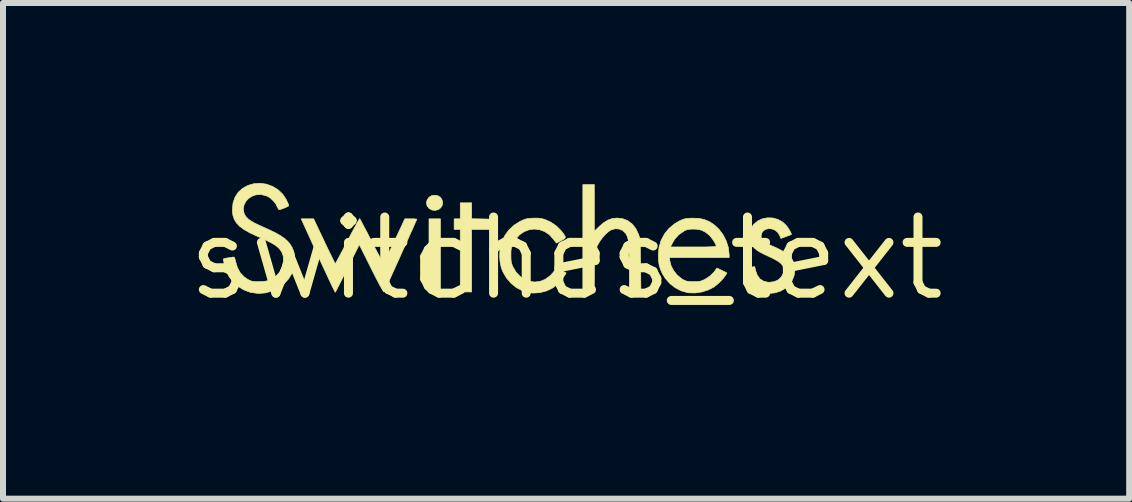
<source format=kicad_pcb>
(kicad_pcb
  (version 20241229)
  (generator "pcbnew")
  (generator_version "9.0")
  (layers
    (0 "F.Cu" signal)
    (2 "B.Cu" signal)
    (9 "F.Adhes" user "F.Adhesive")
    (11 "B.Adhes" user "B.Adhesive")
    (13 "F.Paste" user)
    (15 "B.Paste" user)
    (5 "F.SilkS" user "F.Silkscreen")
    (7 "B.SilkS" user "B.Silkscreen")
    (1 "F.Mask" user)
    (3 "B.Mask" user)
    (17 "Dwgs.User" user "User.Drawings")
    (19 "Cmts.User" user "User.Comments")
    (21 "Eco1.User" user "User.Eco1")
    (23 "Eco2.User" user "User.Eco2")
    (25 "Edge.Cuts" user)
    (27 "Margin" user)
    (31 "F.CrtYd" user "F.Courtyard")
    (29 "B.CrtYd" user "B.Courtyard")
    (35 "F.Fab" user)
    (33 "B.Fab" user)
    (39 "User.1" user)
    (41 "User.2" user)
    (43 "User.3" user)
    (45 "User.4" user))
  (footprint "switches_text"
    (layer "F.Cu")
    (at 6.388 1.258)
    (property "Reference" "switches_text" (at 0 0 0) (layer "F.SilkS") (effects (font (size 1.27 1.27) (thickness 0.15))))
    (attr through_hole)
    (fp_poly (pts (xy -2.095 0.559) (xy -2.286 0.559) (xy -2.286 -0.66) (xy -2.095 -0.66) (xy -2.095 0.559)) (stroke (width 0.01) (type solid)) (fill yes) (layer "F.SilkS"))
    (fp_poly (pts (xy -1.575 -0.661) (xy -1.398 -0.658) (xy -1.222 -0.654) (xy -1.254 -0.568) (xy -1.286 -0.483) (xy -1.575 -0.483) (xy -1.575 0.559) (xy -1.765 0.559) (xy -1.765 -0.483) (xy -1.867 -0.483) (xy -1.867 -0.66) (xy -1.765 -0.66) (xy -1.765 -0.927) (xy -1.575 -0.927) (xy -1.575 -0.661)) (stroke (width 0.01) (type solid)) (fill yes) (layer "F.SilkS"))
    (fp_poly (pts (xy -2.135 -1.044) (xy -2.095 -1.017) (xy -2.069 -0.978) (xy -2.058 -0.932) (xy -2.065 -0.886) (xy -2.09 -0.844) (xy -2.13 -0.814) (xy -2.183 -0.8) (xy -2.238 -0.807) (xy -2.284 -0.832) (xy -2.318 -0.875) (xy -2.329 -0.925) (xy -2.318 -0.973) (xy -2.286 -1.02) (xy -2.24 -1.047) (xy -2.189 -1.054) (xy -2.135 -1.044)) (stroke (width 0.01) (type solid)) (fill yes) (layer "F.SilkS"))
    (fp_poly (pts (xy 0.47 -0.453) (xy 0.552 -0.532) (xy 0.628 -0.597) (xy 0.701 -0.641) (xy 0.775 -0.666) (xy 0.852 -0.673) (xy 0.947 -0.661) (xy 1.031 -0.627) (xy 1.104 -0.571) (xy 1.164 -0.494) (xy 1.208 -0.4) (xy 1.216 -0.378) (xy 1.222 -0.357) (xy 1.227 -0.332) (xy 1.231 -0.301) (xy 1.234 -0.262) (xy 1.236 -0.21) (xy 1.238 -0.144) (xy 1.239 -0.06) (xy 1.241 0.045) (xy 1.242 0.117) (xy 1.247 0.559) (xy 1.054 0.559) (xy 1.054 0.161) (xy 1.054 0.033) (xy 1.052 -0.074) (xy 1.05 -0.16) (xy 1.046 -0.23) (xy 1.039 -0.285) (xy 1.031 -0.329) (xy 1.02 -0.364) (xy 1.006 -0.394) (xy 0.99 -0.42) (xy 0.989 -0.421) (xy 0.943 -0.466) (xy 0.884 -0.49) (xy 0.818 -0.494) (xy 0.754 -0.477) (xy 0.708 -0.448) (xy 0.656 -0.402) (xy 0.604 -0.343) (xy 0.557 -0.277) (xy 0.523 -0.217) (xy 0.476 -0.121) (xy 0.472 0.219) (xy 0.468 0.559) (xy 0.279 0.559) (xy 0.279 -1.232) (xy 0.47 -1.232) (xy 0.47 -0.453)) (stroke (width 0.01) (type solid)) (fill yes) (layer "F.SilkS"))
    (fp_poly (pts (xy -0.437 -0.669) (xy -0.391 -0.66) (xy -0.351 -0.648) (xy -0.253 -0.604) (xy -0.16 -0.539) (xy -0.08 -0.459) (xy -0.057 -0.429) (xy -0.028 -0.389) (xy -0.014 -0.361) (xy -0.015 -0.341) (xy -0.034 -0.323) (xy -0.073 -0.301) (xy -0.103 -0.285) (xy -0.162 -0.255) (xy -0.212 -0.321) (xy -0.281 -0.396) (xy -0.359 -0.448) (xy -0.443 -0.479) (xy -0.53 -0.489) (xy -0.616 -0.478) (xy -0.698 -0.447) (xy -0.774 -0.396) (xy -0.839 -0.324) (xy -0.887 -0.244) (xy -0.903 -0.204) (xy -0.914 -0.168) (xy -0.919 -0.126) (xy -0.92 -0.07) (xy -0.92 -0.051) (xy -0.919 0.011) (xy -0.915 0.056) (xy -0.907 0.092) (xy -0.893 0.128) (xy -0.887 0.14) (xy -0.833 0.23) (xy -0.766 0.3) (xy -0.69 0.352) (xy -0.607 0.383) (xy -0.521 0.394) (xy -0.435 0.383) (xy -0.351 0.35) (xy -0.273 0.294) (xy -0.254 0.276) (xy -0.222 0.241) (xy -0.196 0.209) (xy -0.184 0.188) (xy -0.183 0.188) (xy -0.176 0.173) (xy -0.165 0.167) (xy -0.143 0.172) (xy -0.108 0.188) (xy -0.075 0.204) (xy 0.001 0.242) (xy -0.022 0.281) (xy -0.059 0.333) (xy -0.109 0.39) (xy -0.163 0.444) (xy -0.215 0.486) (xy -0.225 0.493) (xy -0.326 0.542) (xy -0.438 0.571) (xy -0.553 0.578) (xy -0.622 0.57) (xy -0.73 0.539) (xy -0.831 0.486) (xy -0.92 0.413) (xy -0.996 0.324) (xy -1.055 0.222) (xy -1.081 0.154) (xy -1.101 0.061) (xy -1.108 -0.042) (xy -1.103 -0.145) (xy -1.085 -0.239) (xy -1.08 -0.254) (xy -1.029 -0.37) (xy -0.957 -0.471) (xy -0.867 -0.555) (xy -0.764 -0.619) (xy -0.714 -0.642) (xy -0.673 -0.657) (xy -0.631 -0.665) (xy -0.577 -0.67) (xy -0.552 -0.671) (xy -0.487 -0.672) (xy -0.437 -0.669)) (stroke (width 0.01) (type solid)) (fill yes) (layer "F.SilkS"))
    (fp_poly (pts (xy -3.433 -0.65) (xy -3.415 -0.617) (xy -3.389 -0.567) (xy -3.355 -0.503) (xy -3.315 -0.427) (xy -3.271 -0.342) (xy -3.246 -0.292) (xy -3.2 -0.204) (xy -3.158 -0.122) (xy -3.12 -0.051) (xy -3.089 0.007) (xy -3.066 0.05) (xy -3.052 0.075) (xy -3.049 0.08) (xy -3.042 0.071) (xy -3.025 0.042) (xy -3 -0.005) (xy -2.969 -0.067) (xy -2.932 -0.142) (xy -2.892 -0.227) (xy -2.864 -0.285) (xy -2.689 -0.66) (xy -2.589 -0.66) (xy -2.542 -0.66) (xy -2.507 -0.657) (xy -2.49 -0.654) (xy -2.489 -0.653) (xy -2.494 -0.641) (xy -2.509 -0.608) (xy -2.531 -0.557) (xy -2.56 -0.491) (xy -2.596 -0.413) (xy -2.635 -0.324) (xy -2.678 -0.228) (xy -2.724 -0.128) (xy -2.77 -0.025) (xy -2.816 0.077) (xy -2.861 0.176) (xy -2.903 0.269) (xy -2.941 0.354) (xy -2.975 0.427) (xy -3.002 0.487) (xy -3.022 0.53) (xy -3.033 0.554) (xy -3.035 0.558) (xy -3.043 0.554) (xy -3.059 0.53) (xy -3.085 0.486) (xy -3.121 0.42) (xy -3.166 0.333) (xy -3.222 0.224) (xy -3.247 0.174) (xy -3.448 -0.229) (xy -3.645 0.166) (xy -3.691 0.258) (xy -3.734 0.344) (xy -3.772 0.418) (xy -3.804 0.481) (xy -3.828 0.528) (xy -3.844 0.557) (xy -3.849 0.565) (xy -3.855 0.555) (xy -3.871 0.524) (xy -3.896 0.473) (xy -3.928 0.406) (xy -3.966 0.325) (xy -4.01 0.23) (xy -4.059 0.125) (xy -4.111 0.012) (xy -4.137 -0.045) (xy -4.417 -0.66) (xy -4.209 -0.66) (xy -4.032 -0.286) (xy -3.989 -0.196) (xy -3.949 -0.113) (xy -3.914 -0.042) (xy -3.886 0.017) (xy -3.864 0.06) (xy -3.851 0.084) (xy -3.848 0.088) (xy -3.841 0.078) (xy -3.824 0.047) (xy -3.798 -0.002) (xy -3.764 -0.065) (xy -3.724 -0.14) (xy -3.68 -0.225) (xy -3.645 -0.292) (xy -3.598 -0.382) (xy -3.555 -0.463) (xy -3.517 -0.534) (xy -3.485 -0.592) (xy -3.46 -0.635) (xy -3.445 -0.659) (xy -3.44 -0.663) (xy -3.433 -0.65)) (stroke (width 0.01) (type solid)) (fill yes) (layer "F.SilkS"))
    (fp_poly (pts (xy 3.445 -0.674) (xy 3.529 -0.651) (xy 3.606 -0.609) (xy 3.658 -0.563) (xy 3.684 -0.532) (xy 3.71 -0.494) (xy 3.733 -0.455) (xy 3.75 -0.423) (xy 3.756 -0.402) (xy 3.755 -0.398) (xy 3.743 -0.393) (xy 3.713 -0.381) (xy 3.671 -0.366) (xy 3.667 -0.364) (xy 3.581 -0.333) (xy 3.558 -0.387) (xy 3.525 -0.437) (xy 3.482 -0.471) (xy 3.433 -0.491) (xy 3.382 -0.496) (xy 3.333 -0.487) (xy 3.293 -0.464) (xy 3.264 -0.428) (xy 3.251 -0.377) (xy 3.251 -0.37) (xy 3.255 -0.332) (xy 3.272 -0.304) (xy 3.292 -0.285) (xy 3.331 -0.257) (xy 3.372 -0.234) (xy 3.378 -0.232) (xy 3.5 -0.179) (xy 3.598 -0.129) (xy 3.676 -0.079) (xy 3.734 -0.028) (xy 3.775 0.026) (xy 3.8 0.084) (xy 3.812 0.15) (xy 3.814 0.189) (xy 3.802 0.283) (xy 3.769 0.368) (xy 3.717 0.441) (xy 3.65 0.502) (xy 3.57 0.547) (xy 3.479 0.575) (xy 3.382 0.583) (xy 3.28 0.571) (xy 3.261 0.566) (xy 3.173 0.53) (xy 3.098 0.473) (xy 3.037 0.396) (xy 2.991 0.3) (xy 2.966 0.207) (xy 2.962 0.185) (xy 2.967 0.17) (xy 2.983 0.161) (xy 3.015 0.154) (xy 3.067 0.147) (xy 3.074 0.146) (xy 3.145 0.138) (xy 3.16 0.205) (xy 3.189 0.283) (xy 3.232 0.341) (xy 3.291 0.379) (xy 3.364 0.397) (xy 3.391 0.398) (xy 3.47 0.387) (xy 3.537 0.357) (xy 3.587 0.31) (xy 3.62 0.247) (xy 3.627 0.219) (xy 3.63 0.171) (xy 3.616 0.128) (xy 3.585 0.088) (xy 3.534 0.048) (xy 3.461 0.007) (xy 3.39 -0.027) (xy 3.304 -0.067) (xy 3.238 -0.101) (xy 3.187 -0.132) (xy 3.147 -0.164) (xy 3.115 -0.198) (xy 3.107 -0.207) (xy 3.085 -0.238) (xy 3.072 -0.27) (xy 3.065 -0.311) (xy 3.063 -0.342) (xy 3.064 -0.423) (xy 3.079 -0.489) (xy 3.111 -0.545) (xy 3.132 -0.572) (xy 3.198 -0.626) (xy 3.275 -0.661) (xy 3.359 -0.677) (xy 3.445 -0.674)) (stroke (width 0.01) (type solid)) (fill yes) (layer "F.SilkS"))
    (fp_poly (pts (xy 2.207 -0.668) (xy 2.303 -0.649) (xy 2.391 -0.611) (xy 2.461 -0.566) (xy 2.546 -0.489) (xy 2.616 -0.396) (xy 2.67 -0.291) (xy 2.705 -0.179) (xy 2.718 -0.068) (xy 2.718 -0.067) (xy 2.718 -0.013) (xy 1.724 -0.013) (xy 1.73 0.043) (xy 1.751 0.124) (xy 1.793 0.204) (xy 1.851 0.276) (xy 1.922 0.336) (xy 1.958 0.358) (xy 1.991 0.373) (xy 2.025 0.382) (xy 2.069 0.386) (xy 2.127 0.387) (xy 2.184 0.387) (xy 2.225 0.383) (xy 2.258 0.374) (xy 2.293 0.359) (xy 2.321 0.344) (xy 2.397 0.295) (xy 2.458 0.236) (xy 2.493 0.19) (xy 2.514 0.16) (xy 2.598 0.201) (xy 2.681 0.242) (xy 2.658 0.281) (xy 2.624 0.328) (xy 2.575 0.382) (xy 2.52 0.433) (xy 2.467 0.475) (xy 2.455 0.483) (xy 2.363 0.528) (xy 2.259 0.56) (xy 2.15 0.576) (xy 2.045 0.574) (xy 2.021 0.57) (xy 1.917 0.54) (xy 1.819 0.489) (xy 1.729 0.419) (xy 1.654 0.334) (xy 1.603 0.252) (xy 1.572 0.18) (xy 1.551 0.113) (xy 1.541 0.04) (xy 1.537 -0.047) (xy 1.537 -0.053) (xy 1.548 -0.181) (xy 1.551 -0.191) (xy 1.74 -0.191) (xy 2.121 -0.191) (xy 2.234 -0.191) (xy 2.325 -0.191) (xy 2.394 -0.193) (xy 2.444 -0.195) (xy 2.477 -0.198) (xy 2.496 -0.201) (xy 2.502 -0.206) (xy 2.502 -0.206) (xy 2.494 -0.233) (xy 2.474 -0.271) (xy 2.446 -0.314) (xy 2.415 -0.355) (xy 2.386 -0.388) (xy 2.382 -0.391) (xy 2.319 -0.44) (xy 2.259 -0.47) (xy 2.192 -0.485) (xy 2.127 -0.489) (xy 2.067 -0.487) (xy 2.024 -0.48) (xy 1.987 -0.468) (xy 1.972 -0.46) (xy 1.881 -0.398) (xy 1.809 -0.319) (xy 1.756 -0.225) (xy 1.74 -0.191) (xy 1.551 -0.191) (xy 1.583 -0.3) (xy 1.639 -0.407) (xy 1.716 -0.501) (xy 1.812 -0.58) (xy 1.89 -0.625) (xy 1.934 -0.645) (xy 1.972 -0.658) (xy 2.015 -0.666) (xy 2.07 -0.67) (xy 2.096 -0.671) (xy 2.207 -0.668)) (stroke (width 0.01) (type solid)) (fill yes) (layer "F.SilkS"))
    (fp_poly (pts (xy -4.992 -1.237) (xy -4.893 -1.2) (xy -4.803 -1.145) (xy -4.726 -1.072) (xy -4.667 -0.984) (xy -4.661 -0.971) (xy -4.642 -0.929) (xy -4.628 -0.897) (xy -4.623 -0.879) (xy -4.623 -0.879) (xy -4.634 -0.87) (xy -4.661 -0.856) (xy -4.698 -0.84) (xy -4.736 -0.825) (xy -4.769 -0.815) (xy -4.785 -0.813) (xy -4.798 -0.824) (xy -4.811 -0.85) (xy -4.813 -0.855) (xy -4.838 -0.906) (xy -4.88 -0.958) (xy -4.929 -1.004) (xy -4.969 -1.031) (xy -5.013 -1.047) (xy -5.066 -1.06) (xy -5.094 -1.064) (xy -5.17 -1.06) (xy -5.238 -1.037) (xy -5.296 -0.998) (xy -5.341 -0.947) (xy -5.37 -0.888) (xy -5.381 -0.823) (xy -5.37 -0.757) (xy -5.36 -0.731) (xy -5.335 -0.693) (xy -5.299 -0.656) (xy -5.248 -0.62) (xy -5.179 -0.582) (xy -5.089 -0.54) (xy -5.061 -0.527) (xy -4.939 -0.472) (xy -4.838 -0.423) (xy -4.757 -0.376) (xy -4.692 -0.331) (xy -4.64 -0.284) (xy -4.6 -0.235) (xy -4.568 -0.182) (xy -4.562 -0.169) (xy -4.546 -0.13) (xy -4.535 -0.096) (xy -4.53 -0.057) (xy -4.528 -0.005) (xy -4.528 0.032) (xy -4.528 0.093) (xy -4.531 0.137) (xy -4.539 0.173) (xy -4.552 0.208) (xy -4.568 0.245) (xy -4.629 0.344) (xy -4.708 0.429) (xy -4.801 0.497) (xy -4.905 0.546) (xy -5.017 0.576) (xy -5.133 0.584) (xy -5.249 0.569) (xy -5.267 0.565) (xy -5.373 0.525) (xy -5.47 0.466) (xy -5.553 0.392) (xy -5.618 0.306) (xy -5.632 0.28) (xy -5.648 0.244) (xy -5.666 0.194) (xy -5.684 0.138) (xy -5.7 0.085) (xy -5.711 0.04) (xy -5.715 0.011) (xy -5.704 0.004) (xy -5.675 -0.003) (xy -5.655 -0.006) (xy -5.61 -0.013) (xy -5.571 -0.019) (xy -5.56 -0.021) (xy -5.541 -0.023) (xy -5.529 -0.016) (xy -5.521 0.005) (xy -5.512 0.046) (xy -5.511 0.047) (xy -5.48 0.152) (xy -5.434 0.238) (xy -5.37 0.306) (xy -5.307 0.35) (xy -5.272 0.368) (xy -5.242 0.379) (xy -5.207 0.385) (xy -5.161 0.387) (xy -5.118 0.387) (xy -5.032 0.383) (xy -4.963 0.37) (xy -4.904 0.344) (xy -4.847 0.303) (xy -4.834 0.292) (xy -4.772 0.224) (xy -4.733 0.146) (xy -4.715 0.056) (xy -4.715 0.051) (xy -4.713 -0.003) (xy -4.717 -0.042) (xy -4.73 -0.079) (xy -4.736 -0.094) (xy -4.758 -0.132) (xy -4.785 -0.166) (xy -4.82 -0.198) (xy -4.867 -0.231) (xy -4.928 -0.266) (xy -5.006 -0.304) (xy -5.103 -0.349) (xy -5.15 -0.369) (xy -5.269 -0.424) (xy -5.365 -0.478) (xy -5.439 -0.532) (xy -5.494 -0.589) (xy -5.532 -0.65) (xy -5.555 -0.718) (xy -5.564 -0.794) (xy -5.564 -0.816) (xy -5.553 -0.925) (xy -5.52 -1.02) (xy -5.467 -1.102) (xy -5.394 -1.168) (xy -5.305 -1.217) (xy -5.203 -1.246) (xy -5.097 -1.253) (xy -4.992 -1.237)) (stroke (width 0.01) (type solid)) (fill yes) (layer "F.SilkS")))
  (gr_rect
    (start -3 -3)
    (end 15.775 5.264)
    (stroke (width 0.1) (type default))
    (fill no)
    (layer "Edge.Cuts")))
</source>
